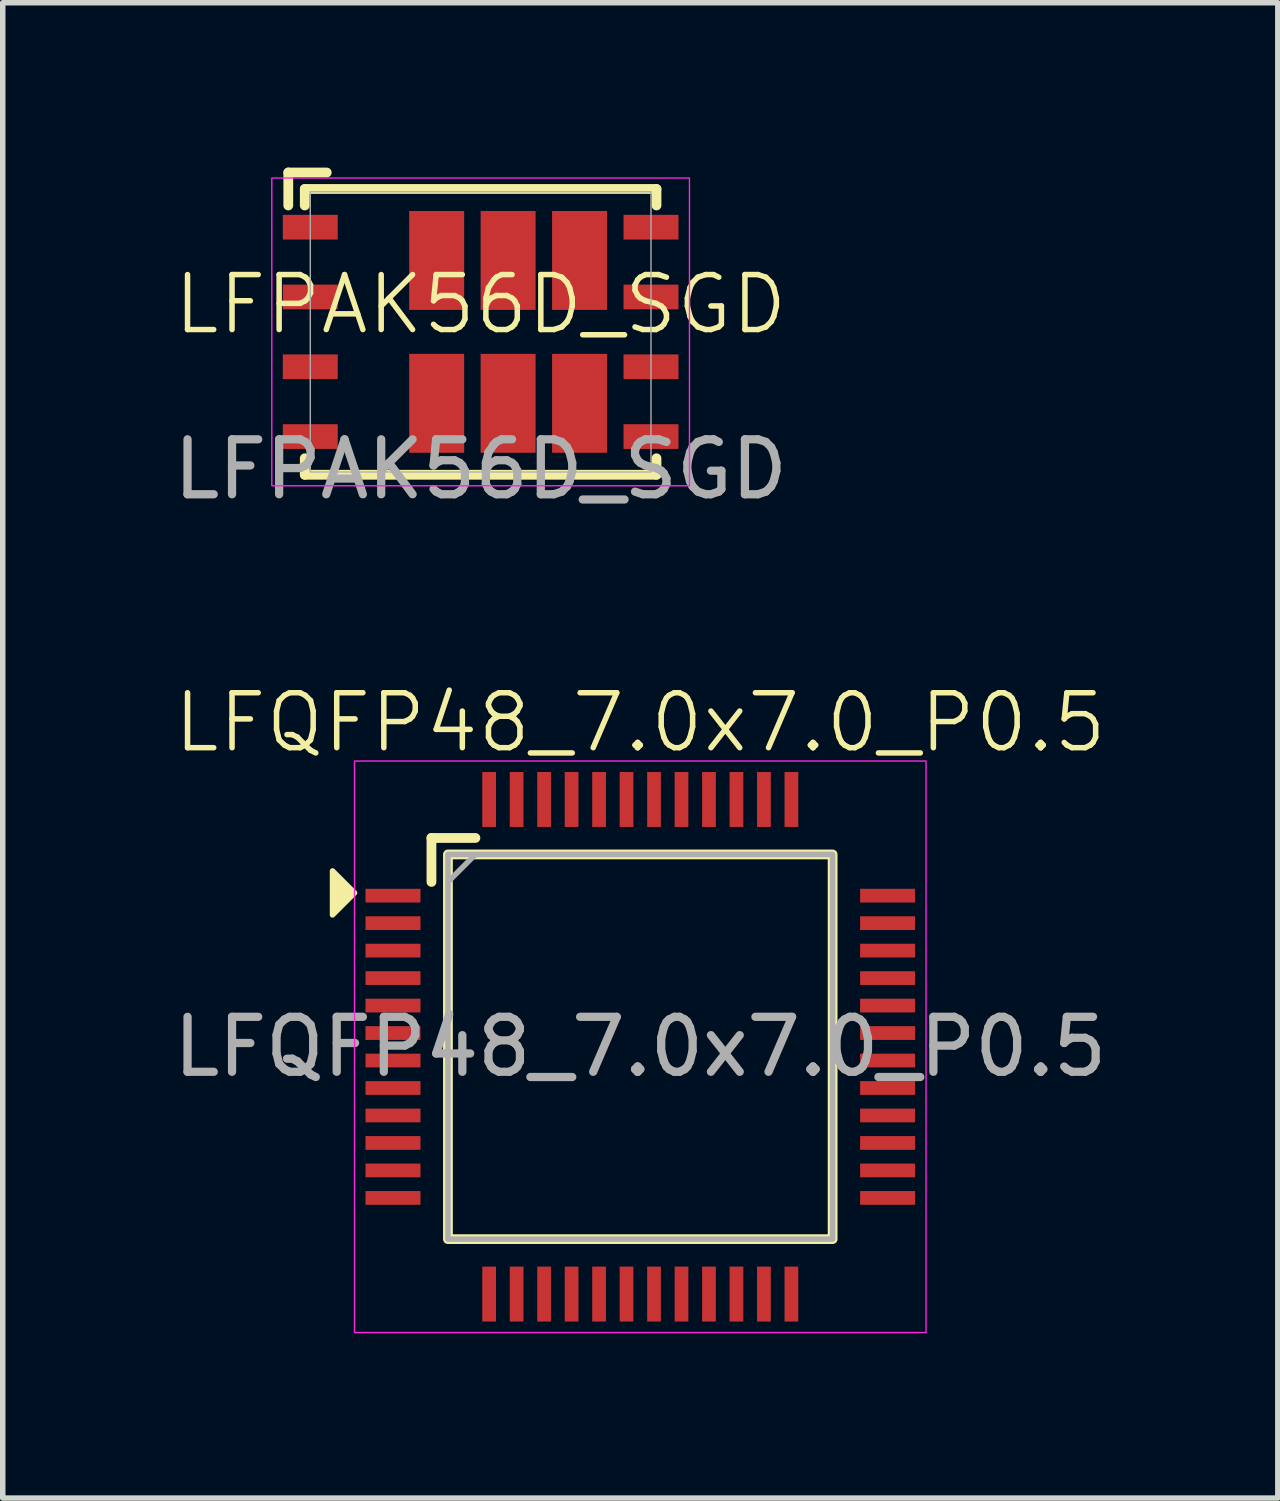
<source format=kicad_pcb>
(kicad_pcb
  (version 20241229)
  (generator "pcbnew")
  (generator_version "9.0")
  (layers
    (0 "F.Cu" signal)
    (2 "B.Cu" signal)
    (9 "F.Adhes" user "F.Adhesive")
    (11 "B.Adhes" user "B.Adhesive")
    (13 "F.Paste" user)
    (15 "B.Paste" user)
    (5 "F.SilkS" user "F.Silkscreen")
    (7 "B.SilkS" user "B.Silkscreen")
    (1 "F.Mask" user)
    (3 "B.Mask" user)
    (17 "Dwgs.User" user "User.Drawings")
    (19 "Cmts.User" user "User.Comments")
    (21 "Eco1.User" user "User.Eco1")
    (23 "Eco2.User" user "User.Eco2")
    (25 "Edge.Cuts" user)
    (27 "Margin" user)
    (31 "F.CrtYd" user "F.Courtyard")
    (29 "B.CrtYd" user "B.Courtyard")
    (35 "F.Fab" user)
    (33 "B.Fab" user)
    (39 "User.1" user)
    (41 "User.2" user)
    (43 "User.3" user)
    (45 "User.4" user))
  (footprint "LFQFP48_7.0x7.0_P0.5"
    (layer "F.Cu")
    (at 8.601 15.998)
    (property "Reference" "LFQFP48_7.0x7.0_P0.5" (at 0 -5.9 0) (unlocked yes) (layer "F.SilkS") (effects (font (size 1 1) (thickness 0.1))))
    (attr smd)
    (fp_line (start -3.8 -3.8) (end -3 -3.8) (stroke (width 0.178) (type default)) (layer "F.SilkS"))
    (fp_line (start -3.8 -3) (end -3.8 -3.8) (stroke (width 0.178) (type default)) (layer "F.SilkS"))
    (fp_rect (start -3.5 -3.5) (end 3.5 3.5) (stroke (width 0.178) (type default)) (fill no) (layer "F.SilkS"))
    (fp_poly (pts (xy -5.2 -2.8) (xy -5.6 -3.2) (xy -5.6 -2.4)) (stroke (width 0.1) (type solid)) (fill yes) (layer "F.SilkS"))
    (fp_rect (start -5.2 -5.2) (end 5.2 5.2) (stroke (width 0.025) (type default)) (fill no) (layer "F.CrtYd"))
    (fp_line (start -3.5 -3) (end -3 -3.5) (stroke (width 0.1) (type default)) (layer "F.Fab"))
    (fp_rect (start -3.5 -3.5) (end 3.5 3.5) (stroke (width 0.1) (type default)) (fill no) (layer "F.Fab"))
    (fp_text user "${REFERENCE}" (at 0 0 0) (unlocked yes) (layer "F.Fab") (effects (font (size 1 1) (thickness 0.15))))
    (pad "1" smd rect (at -4.5 -2.75) (size 1 0.25) (layers "F.Cu" "F.Mask" "F.Paste"))
    (pad "2" smd rect (at -4.5 -2.25) (size 1 0.25) (layers "F.Cu" "F.Mask" "F.Paste"))
    (pad "3" smd rect (at -4.5 -1.75) (size 1 0.25) (layers "F.Cu" "F.Mask" "F.Paste"))
    (pad "4" smd rect (at -4.5 -1.25) (size 1 0.25) (layers "F.Cu" "F.Mask" "F.Paste"))
    (pad "5" smd rect (at -4.5 -0.75) (size 1 0.25) (layers "F.Cu" "F.Mask" "F.Paste"))
    (pad "6" smd rect (at -4.5 -0.25) (size 1 0.25) (layers "F.Cu" "F.Mask" "F.Paste"))
    (pad "7" smd rect (at -4.5 0.25) (size 1 0.25) (layers "F.Cu" "F.Mask" "F.Paste"))
    (pad "8" smd rect (at -4.5 0.75) (size 1 0.25) (layers "F.Cu" "F.Mask" "F.Paste"))
    (pad "9" smd rect (at -4.5 1.25) (size 1 0.25) (layers "F.Cu" "F.Mask" "F.Paste"))
    (pad "10" smd rect (at -4.5 1.75) (size 1 0.25) (layers "F.Cu" "F.Mask" "F.Paste"))
    (pad "11" smd rect (at -4.5 2.25) (size 1 0.25) (layers "F.Cu" "F.Mask" "F.Paste"))
    (pad "12" smd rect (at -4.5 2.75) (size 1 0.25) (layers "F.Cu" "F.Mask" "F.Paste"))
    (pad "13" smd rect (at -2.75 4.5) (size 0.25 1) (layers "F.Cu" "F.Mask" "F.Paste"))
    (pad "14" smd rect (at -2.25 4.5) (size 0.25 1) (layers "F.Cu" "F.Mask" "F.Paste"))
    (pad "15" smd rect (at -1.75 4.5) (size 0.25 1) (layers "F.Cu" "F.Mask" "F.Paste"))
    (pad "16" smd rect (at -1.25 4.5) (size 0.25 1) (layers "F.Cu" "F.Mask" "F.Paste"))
    (pad "17" smd rect (at -0.75 4.5) (size 0.25 1) (layers "F.Cu" "F.Mask" "F.Paste"))
    (pad "18" smd rect (at -0.25 4.5) (size 0.25 1) (layers "F.Cu" "F.Mask" "F.Paste"))
    (pad "19" smd rect (at 0.25 4.5) (size 0.25 1) (layers "F.Cu" "F.Mask" "F.Paste"))
    (pad "20" smd rect (at 0.75 4.5) (size 0.25 1) (layers "F.Cu" "F.Mask" "F.Paste"))
    (pad "21" smd rect (at 1.25 4.5) (size 0.25 1) (layers "F.Cu" "F.Mask" "F.Paste"))
    (pad "22" smd rect (at 1.75 4.5) (size 0.25 1) (layers "F.Cu" "F.Mask" "F.Paste"))
    (pad "23" smd rect (at 2.25 4.5) (size 0.25 1) (layers "F.Cu" "F.Mask" "F.Paste"))
    (pad "24" smd rect (at 2.75 4.5) (size 0.25 1) (layers "F.Cu" "F.Mask" "F.Paste"))
    (pad "25" smd rect (at 4.5 2.75) (size 1 0.25) (layers "F.Cu" "F.Mask" "F.Paste"))
    (pad "26" smd rect (at 4.5 2.25) (size 1 0.25) (layers "F.Cu" "F.Mask" "F.Paste"))
    (pad "27" smd rect (at 4.5 1.75) (size 1 0.25) (layers "F.Cu" "F.Mask" "F.Paste"))
    (pad "28" smd rect (at 4.5 1.25) (size 1 0.25) (layers "F.Cu" "F.Mask" "F.Paste"))
    (pad "29" smd rect (at 4.5 0.75) (size 1 0.25) (layers "F.Cu" "F.Mask" "F.Paste"))
    (pad "30" smd rect (at 4.5 0.25) (size 1 0.25) (layers "F.Cu" "F.Mask" "F.Paste"))
    (pad "31" smd rect (at 4.5 -0.25) (size 1 0.25) (layers "F.Cu" "F.Mask" "F.Paste"))
    (pad "32" smd rect (at 4.5 -0.75) (size 1 0.25) (layers "F.Cu" "F.Mask" "F.Paste"))
    (pad "33" smd rect (at 4.5 -1.25) (size 1 0.25) (layers "F.Cu" "F.Mask" "F.Paste"))
    (pad "34" smd rect (at 4.5 -1.75) (size 1 0.25) (layers "F.Cu" "F.Mask" "F.Paste"))
    (pad "35" smd rect (at 4.5 -2.25) (size 1 0.25) (layers "F.Cu" "F.Mask" "F.Paste"))
    (pad "36" smd rect (at 4.5 -2.75) (size 1 0.25) (layers "F.Cu" "F.Mask" "F.Paste"))
    (pad "37" smd rect (at 2.75 -4.5) (size 0.25 1) (layers "F.Cu" "F.Mask" "F.Paste"))
    (pad "38" smd rect (at 2.25 -4.5) (size 0.25 1) (layers "F.Cu" "F.Mask" "F.Paste"))
    (pad "39" smd rect (at 1.75 -4.5) (size 0.25 1) (layers "F.Cu" "F.Mask" "F.Paste"))
    (pad "40" smd rect (at 1.25 -4.5) (size 0.25 1) (layers "F.Cu" "F.Mask" "F.Paste"))
    (pad "41" smd rect (at 0.75 -4.5) (size 0.25 1) (layers "F.Cu" "F.Mask" "F.Paste"))
    (pad "42" smd rect (at 0.25 -4.5) (size 0.25 1) (layers "F.Cu" "F.Mask" "F.Paste"))
    (pad "43" smd rect (at -0.25 -4.5) (size 0.25 1) (layers "F.Cu" "F.Mask" "F.Paste"))
    (pad "44" smd rect (at -0.75 -4.5) (size 0.25 1) (layers "F.Cu" "F.Mask" "F.Paste"))
    (pad "45" smd rect (at -1.25 -4.5) (size 0.25 1) (layers "F.Cu" "F.Mask" "F.Paste"))
    (pad "46" smd rect (at -1.75 -4.5) (size 0.25 1) (layers "F.Cu" "F.Mask" "F.Paste"))
    (pad "47" smd rect (at -2.25 -4.5) (size 0.25 1) (layers "F.Cu" "F.Mask" "F.Paste"))
    (pad "48" smd rect (at -2.75 -4.5) (size 0.25 1) (layers "F.Cu" "F.Mask" "F.Paste")))
  (footprint "LFPAK56D_SGD"
    (layer "F.Cu")
    (at 5.696 2.989)
    (property "Reference" "LFPAK56D_SGD" (at 0 -0.5 0) (unlocked yes) (layer "F.SilkS") (effects (font (size 1 1) (thickness 0.1))))
    (attr smd)
    (fp_line (start -3.5 -2.9) (end -2.8 -2.9) (stroke (width 0.178) (type default)) (layer "F.SilkS"))
    (fp_line (start -3.5 -2.3) (end -3.5 -2.9) (stroke (width 0.178) (type default)) (layer "F.SilkS"))
    (fp_line (start -3.2 -2.6) (end 3.2 -2.6) (stroke (width 0.178) (type default)) (layer "F.SilkS"))
    (fp_line (start -3.2 -2.3) (end -3.2 -2.6) (stroke (width 0.178) (type default)) (layer "F.SilkS"))
    (fp_line (start -3.2 2.6) (end -3.2 2.3) (stroke (width 0.178) (type default)) (layer "F.SilkS"))
    (fp_line (start -3.2 2.6) (end 3.2 2.6) (stroke (width 0.178) (type default)) (layer "F.SilkS"))
    (fp_line (start 3.2 -2.3) (end 3.2 -2.6) (stroke (width 0.178) (type default)) (layer "F.SilkS"))
    (fp_line (start 3.2 2.6) (end 3.2 2.3) (stroke (width 0.178) (type default)) (layer "F.SilkS"))
    (fp_rect (start -3.8 -2.8) (end 3.8 2.8) (stroke (width 0.025) (type default)) (fill no) (layer "F.CrtYd"))
    (fp_rect (start -3.1 2.55) (end 3.1 -2.55) (stroke (width 0.025) (type default)) (fill no) (layer "F.Fab"))
    (fp_text user "${REFERENCE}" (at 0 2.5 0) (unlocked yes) (layer "F.Fab") (effects (font (size 1 1) (thickness 0.15))))
    (pad "D1" smd rect (at -0.8 -1.3) (size 1 1.8) (layers "F.Cu" "F.Mask" "F.Paste"))
    (pad "D1" smd rect (at 0.5 -1.3) (size 1 1.8) (layers "F.Cu" "F.Mask" "F.Paste"))
    (pad "D1" smd rect (at 1.8 -1.3) (size 1 1.8) (layers "F.Cu" "F.Mask" "F.Paste"))
    (pad "D1" smd rect (at 3.1 -1.905) (size 1 0.45) (layers "F.Cu" "F.Mask" "F.Paste"))
    (pad "D1" smd rect (at 3.1 -0.635) (size 1 0.45) (layers "F.Cu" "F.Mask" "F.Paste"))
    (pad "D2" smd rect (at -0.8 1.3) (size 1 1.8) (layers "F.Cu" "F.Mask" "F.Paste"))
    (pad "D2" smd rect (at 0.5 1.3) (size 1 1.8) (layers "F.Cu" "F.Mask" "F.Paste"))
    (pad "D2" smd rect (at 1.8 1.3) (size 1 1.8) (layers "F.Cu" "F.Mask" "F.Paste"))
    (pad "D2" smd rect (at 3.1 0.635) (size 1 0.45) (layers "F.Cu" "F.Mask" "F.Paste"))
    (pad "D2" smd rect (at 3.1 1.905) (size 1 0.45) (layers "F.Cu" "F.Mask" "F.Paste"))
    (pad "G1" smd rect (at -3.1 -0.635) (size 1 0.45) (layers "F.Cu" "F.Mask" "F.Paste"))
    (pad "G2" smd rect (at -3.1 1.905) (size 1 0.45) (layers "F.Cu" "F.Mask" "F.Paste"))
    (pad "S1" smd rect (at -3.1 -1.905) (size 1 0.45) (layers "F.Cu" "F.Mask" "F.Paste"))
    (pad "S2" smd rect (at -3.1 0.635) (size 1 0.45) (layers "F.Cu" "F.Mask" "F.Paste")))
  (gr_rect
    (start -3 -3)
    (end 20.202 24.21)
    (stroke (width 0.1) (type default))
    (fill no)
    (layer "Edge.Cuts")))
</source>
